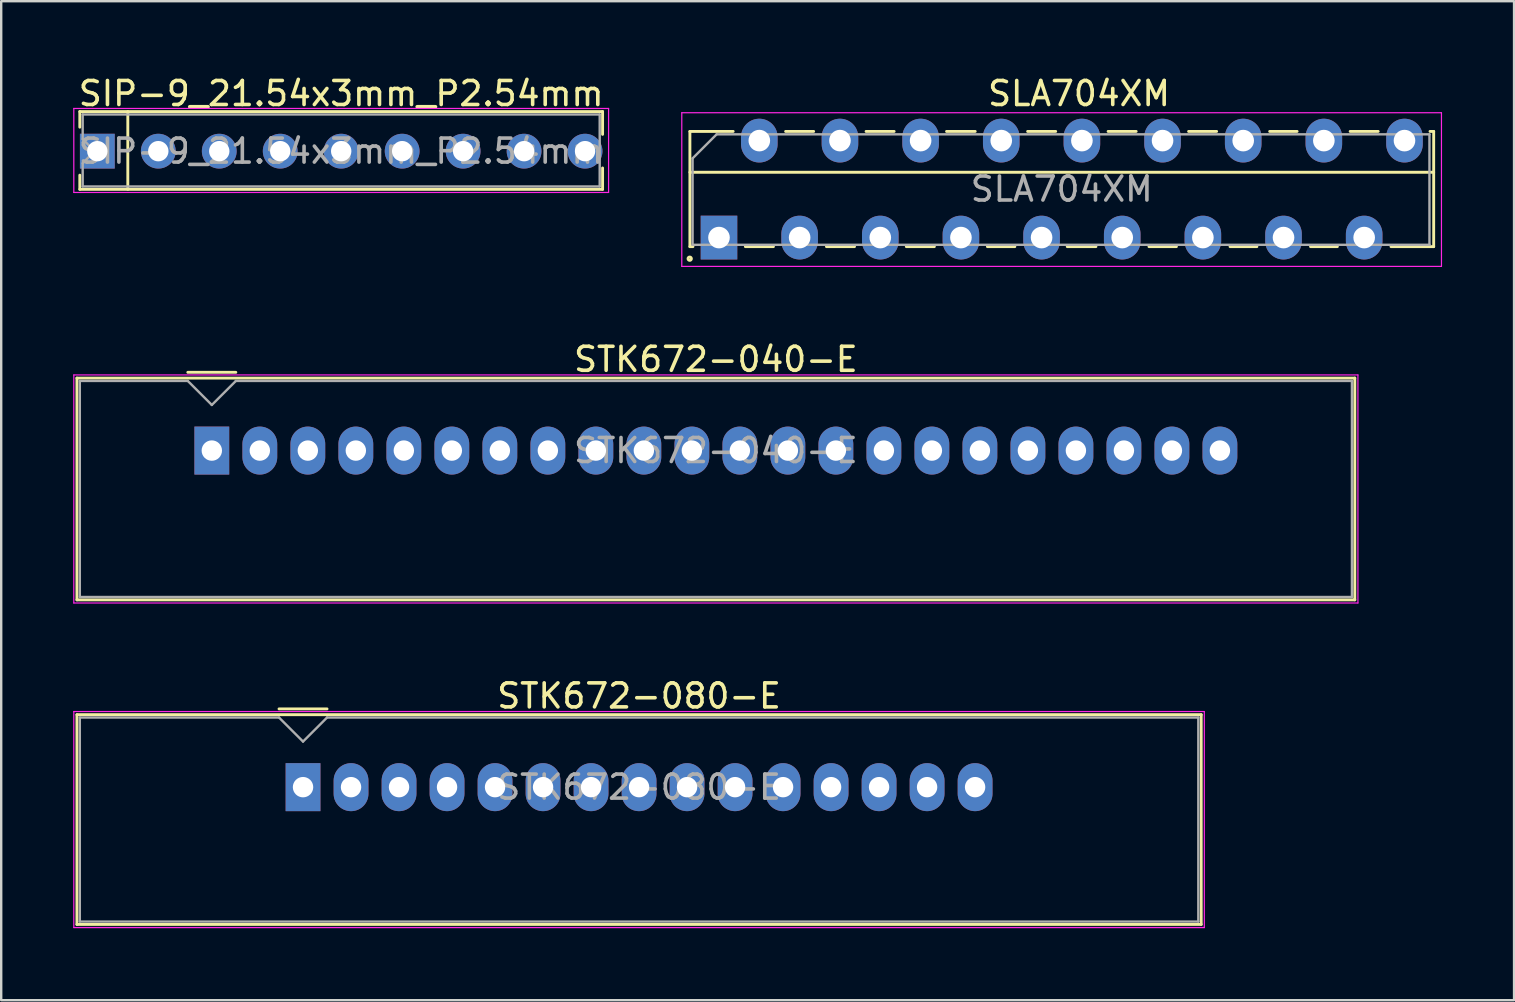
<source format=kicad_pcb>
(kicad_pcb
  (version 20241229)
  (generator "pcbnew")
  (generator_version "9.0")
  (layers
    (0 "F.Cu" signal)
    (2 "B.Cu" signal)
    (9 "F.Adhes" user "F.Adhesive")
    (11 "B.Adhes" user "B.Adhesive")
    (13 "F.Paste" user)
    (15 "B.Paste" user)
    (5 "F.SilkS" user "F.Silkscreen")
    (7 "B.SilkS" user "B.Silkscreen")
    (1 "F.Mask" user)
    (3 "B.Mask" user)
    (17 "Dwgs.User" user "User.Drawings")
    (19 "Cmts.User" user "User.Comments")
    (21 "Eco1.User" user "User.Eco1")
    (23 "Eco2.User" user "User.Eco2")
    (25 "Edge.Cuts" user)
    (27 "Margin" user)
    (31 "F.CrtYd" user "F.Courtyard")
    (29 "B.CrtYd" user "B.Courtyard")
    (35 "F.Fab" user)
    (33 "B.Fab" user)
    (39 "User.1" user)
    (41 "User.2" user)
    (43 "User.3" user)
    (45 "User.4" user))
  (footprint "STK672-080-E"
    (layer "F.Cu")
    (at 9.575 29.745)
    (property "Reference" "STK672-080-E" (at 14 -3.8 0) (layer "F.SilkS") (effects (font (size 1 1) (thickness 0.15))))
    (attr through_hole)
    (fp_line (start -9.42 -3.02) (end 37.42 -3.02) (stroke (width 0.12) (type solid)) (layer "F.SilkS"))
    (fp_line (start -9.42 5.72) (end -9.42 -3.02) (stroke (width 0.12) (type solid)) (layer "F.SilkS"))
    (fp_line (start -1 -3.26) (end 1 -3.26) (stroke (width 0.12) (type solid)) (layer "F.SilkS"))
    (fp_line (start 37.42 -3.02) (end 37.42 5.72) (stroke (width 0.12) (type solid)) (layer "F.SilkS"))
    (fp_line (start 37.42 5.72) (end -9.42 5.72) (stroke (width 0.12) (type solid)) (layer "F.SilkS"))
    (fp_line (start -9.55 -3.15) (end -9.55 5.85) (stroke (width 0.05) (type solid)) (layer "F.CrtYd"))
    (fp_line (start -9.55 -3.15) (end 37.55 -3.15) (stroke (width 0.05) (type solid)) (layer "F.CrtYd"))
    (fp_line (start -9.55 5.85) (end 37.55 5.85) (stroke (width 0.05) (type solid)) (layer "F.CrtYd"))
    (fp_line (start 37.55 -3.15) (end 37.55 5.85) (stroke (width 0.05) (type solid)) (layer "F.CrtYd"))
    (fp_line (start -9.3 -2.9) (end -1 -2.9) (stroke (width 0.1) (type solid)) (layer "F.Fab"))
    (fp_line (start -9.3 5.6) (end -9.3 -2.9) (stroke (width 0.1) (type solid)) (layer "F.Fab"))
    (fp_line (start -1 -2.9) (end 0 -1.9) (stroke (width 0.1) (type solid)) (layer "F.Fab"))
    (fp_line (start 0 -1.9) (end 1 -2.9) (stroke (width 0.1) (type solid)) (layer "F.Fab"))
    (fp_line (start 1 -2.9) (end 37.3 -2.9) (stroke (width 0.1) (type solid)) (layer "F.Fab"))
    (fp_line (start 37.3 -2.9) (end 37.3 5.6) (stroke (width 0.1) (type solid)) (layer "F.Fab"))
    (fp_line (start 37.3 5.6) (end -9.3 5.6) (stroke (width 0.1) (type solid)) (layer "F.Fab"))
    (fp_text user "${REFERENCE}" (at 14 0 0) (layer "F.Fab") (effects (font (size 1 1) (thickness 0.15))))
    (pad "1" thru_hole rect (at 0 0) (size 1.45 2) (drill 0.85) (layers "*.Cu" "*.Mask"))
    (pad "2" thru_hole oval (at 2 0) (size 1.45 2) (drill 0.85) (layers "*.Cu" "*.Mask"))
    (pad "3" thru_hole oval (at 4 0) (size 1.45 2) (drill 0.85) (layers "*.Cu" "*.Mask"))
    (pad "4" thru_hole oval (at 6 0) (size 1.45 2) (drill 0.85) (layers "*.Cu" "*.Mask"))
    (pad "5" thru_hole oval (at 8 0) (size 1.45 2) (drill 0.85) (layers "*.Cu" "*.Mask"))
    (pad "6" thru_hole oval (at 10 0) (size 1.45 2) (drill 0.85) (layers "*.Cu" "*.Mask"))
    (pad "7" thru_hole oval (at 12 0) (size 1.45 2) (drill 0.85) (layers "*.Cu" "*.Mask"))
    (pad "8" thru_hole oval (at 14 0) (size 1.45 2) (drill 0.85) (layers "*.Cu" "*.Mask"))
    (pad "9" thru_hole oval (at 16 0) (size 1.45 2) (drill 0.85) (layers "*.Cu" "*.Mask"))
    (pad "10" thru_hole oval (at 18 0) (size 1.45 2) (drill 0.85) (layers "*.Cu" "*.Mask"))
    (pad "11" thru_hole oval (at 20 0) (size 1.45 2) (drill 0.85) (layers "*.Cu" "*.Mask"))
    (pad "12" thru_hole oval (at 22 0) (size 1.45 2) (drill 0.85) (layers "*.Cu" "*.Mask"))
    (pad "13" thru_hole oval (at 24 0) (size 1.45 2) (drill 0.85) (layers "*.Cu" "*.Mask"))
    (pad "14" thru_hole oval (at 26 0) (size 1.45 2) (drill 0.85) (layers "*.Cu" "*.Mask"))
    (pad "15" thru_hole oval (at 28 0) (size 1.45 2) (drill 0.85) (layers "*.Cu" "*.Mask")))
  (footprint "STK672-040-E"
    (layer "F.Cu")
    (at 5.775 15.722)
    (property "Reference" "STK672-040-E" (at 21 -3.8 0) (layer "F.SilkS") (effects (font (size 1 1) (thickness 0.15))))
    (attr through_hole)
    (fp_line (start -5.62 -3.02) (end 47.62 -3.02) (stroke (width 0.12) (type solid)) (layer "F.SilkS"))
    (fp_line (start -5.62 6.22) (end -5.62 -3.02) (stroke (width 0.12) (type solid)) (layer "F.SilkS"))
    (fp_line (start -1 -3.26) (end 1 -3.26) (stroke (width 0.12) (type solid)) (layer "F.SilkS"))
    (fp_line (start 47.62 -3.02) (end 47.62 6.22) (stroke (width 0.12) (type solid)) (layer "F.SilkS"))
    (fp_line (start 47.62 6.22) (end -5.62 6.22) (stroke (width 0.12) (type solid)) (layer "F.SilkS"))
    (fp_line (start -5.75 -3.15) (end 47.75 -3.15) (stroke (width 0.05) (type solid)) (layer "F.CrtYd"))
    (fp_line (start -5.75 6.35) (end -5.75 -3.15) (stroke (width 0.05) (type solid)) (layer "F.CrtYd"))
    (fp_line (start 47.75 -3.15) (end 47.75 6.35) (stroke (width 0.05) (type solid)) (layer "F.CrtYd"))
    (fp_line (start 47.75 6.35) (end -5.75 6.35) (stroke (width 0.05) (type solid)) (layer "F.CrtYd"))
    (fp_line (start -5.5 -2.9) (end -1 -2.9) (stroke (width 0.1) (type solid)) (layer "F.Fab"))
    (fp_line (start -5.5 6.1) (end -5.5 -2.9) (stroke (width 0.1) (type solid)) (layer "F.Fab"))
    (fp_line (start -1 -2.9) (end 0 -1.9) (stroke (width 0.1) (type solid)) (layer "F.Fab"))
    (fp_line (start 0 -1.9) (end 1 -2.9) (stroke (width 0.1) (type solid)) (layer "F.Fab"))
    (fp_line (start 1 -2.9) (end 47.5 -2.9) (stroke (width 0.1) (type solid)) (layer "F.Fab"))
    (fp_line (start 47.5 -2.9) (end 47.5 6.1) (stroke (width 0.1) (type solid)) (layer "F.Fab"))
    (fp_line (start 47.5 6.1) (end -5.5 6.1) (stroke (width 0.1) (type solid)) (layer "F.Fab"))
    (fp_text user "${REFERENCE}" (at 21 0 0) (layer "F.Fab") (effects (font (size 1 1) (thickness 0.15))))
    (pad "1" thru_hole rect (at 0 0) (size 1.45 2) (drill 0.85) (layers "*.Cu" "*.Mask"))
    (pad "2" thru_hole oval (at 2 0) (size 1.45 2) (drill 0.85) (layers "*.Cu" "*.Mask"))
    (pad "3" thru_hole oval (at 4 0) (size 1.45 2) (drill 0.85) (layers "*.Cu" "*.Mask"))
    (pad "4" thru_hole oval (at 6 0) (size 1.45 2) (drill 0.85) (layers "*.Cu" "*.Mask"))
    (pad "5" thru_hole oval (at 8 0) (size 1.45 2) (drill 0.85) (layers "*.Cu" "*.Mask"))
    (pad "6" thru_hole oval (at 10 0) (size 1.45 2) (drill 0.85) (layers "*.Cu" "*.Mask"))
    (pad "7" thru_hole oval (at 12 0) (size 1.45 2) (drill 0.85) (layers "*.Cu" "*.Mask"))
    (pad "8" thru_hole oval (at 14 0) (size 1.45 2) (drill 0.85) (layers "*.Cu" "*.Mask"))
    (pad "9" thru_hole oval (at 16 0) (size 1.45 2) (drill 0.85) (layers "*.Cu" "*.Mask"))
    (pad "10" thru_hole oval (at 18 0) (size 1.45 2) (drill 0.85) (layers "*.Cu" "*.Mask"))
    (pad "11" thru_hole oval (at 20 0) (size 1.45 2) (drill 0.85) (layers "*.Cu" "*.Mask"))
    (pad "12" thru_hole oval (at 22 0) (size 1.45 2) (drill 0.85) (layers "*.Cu" "*.Mask"))
    (pad "13" thru_hole oval (at 24 0) (size 1.45 2) (drill 0.85) (layers "*.Cu" "*.Mask"))
    (pad "14" thru_hole oval (at 26 0) (size 1.45 2) (drill 0.85) (layers "*.Cu" "*.Mask"))
    (pad "15" thru_hole oval (at 28 0) (size 1.45 2) (drill 0.85) (layers "*.Cu" "*.Mask"))
    (pad "16" thru_hole oval (at 30 0) (size 1.45 2) (drill 0.85) (layers "*.Cu" "*.Mask"))
    (pad "17" thru_hole oval (at 32 0) (size 1.45 2) (drill 0.85) (layers "*.Cu" "*.Mask"))
    (pad "18" thru_hole oval (at 34 0) (size 1.45 2) (drill 0.85) (layers "*.Cu" "*.Mask"))
    (pad "19" thru_hole oval (at 36 0) (size 1.45 2) (drill 0.85) (layers "*.Cu" "*.Mask"))
    (pad "20" thru_hole oval (at 38 0) (size 1.45 2) (drill 0.85) (layers "*.Cu" "*.Mask"))
    (pad "21" thru_hole oval (at 40 0) (size 1.45 2) (drill 0.85) (layers "*.Cu" "*.Mask"))
    (pad "22" thru_hole oval (at 42 0) (size 1.45 2) (drill 0.85) (layers "*.Cu" "*.Mask")))
  (footprint "SLA704XM"
    (layer "F.Cu")
    (at 26.905 6.848)
    (property "Reference" "SLA704XM" (at 15 -6 0) (layer "F.SilkS") (effects (font (size 1 1) (thickness 0.15))))
    (attr through_hole)
    (fp_line (start -1.212 -4.423) (end 0.591 -4.423) (stroke (width 0.12) (type solid)) (layer "F.SilkS"))
    (fp_line (start -1.212 -2.721) (end 29.776 -2.721) (stroke (width 0.12) (type solid)) (layer "F.SilkS"))
    (fp_line (start -1.212 0.377) (end -1.212 -4.423) (stroke (width 0.12) (type solid)) (layer "F.SilkS"))
    (fp_line (start -1.212 0.377) (end -1.085 0.377) (stroke (width 0.12) (type solid)) (layer "F.SilkS"))
    (fp_line (start 1.099 0.377) (end 2.268 0.377) (stroke (width 0.12) (type solid)) (layer "F.SilkS"))
    (fp_line (start 2.776 -4.423) (end 3.944 -4.423) (stroke (width 0.12) (type solid)) (layer "F.SilkS"))
    (fp_line (start 4.477 0.377) (end 5.646 0.377) (stroke (width 0.12) (type solid)) (layer "F.SilkS"))
    (fp_line (start 6.128 -4.423) (end 7.297 -4.423) (stroke (width 0.12) (type solid)) (layer "F.SilkS"))
    (fp_line (start 7.805 0.377) (end 8.973 0.377) (stroke (width 0.12) (type solid)) (layer "F.SilkS"))
    (fp_line (start 9.481 -4.423) (end 10.675 -4.423) (stroke (width 0.12) (type solid)) (layer "F.SilkS"))
    (fp_line (start 11.183 0.377) (end 12.326 0.377) (stroke (width 0.12) (type solid)) (layer "F.SilkS"))
    (fp_line (start 12.859 -4.423) (end 14.028 -4.423) (stroke (width 0.12) (type solid)) (layer "F.SilkS"))
    (fp_line (start 14.51 0.377) (end 15.704 0.377) (stroke (width 0.12) (type solid)) (layer "F.SilkS"))
    (fp_line (start 16.212 -4.423) (end 17.381 -4.423) (stroke (width 0.12) (type solid)) (layer "F.SilkS"))
    (fp_line (start 17.914 0.377) (end 19.057 0.377) (stroke (width 0.12) (type solid)) (layer "F.SilkS"))
    (fp_line (start 19.565 -4.423) (end 20.733 -4.423) (stroke (width 0.12) (type solid)) (layer "F.SilkS"))
    (fp_line (start 21.292 0.377) (end 22.41 0.377) (stroke (width 0.12) (type solid)) (layer "F.SilkS"))
    (fp_line (start 22.943 -4.423) (end 24.086 -4.423) (stroke (width 0.12) (type solid)) (layer "F.SilkS"))
    (fp_line (start 24.645 0.377) (end 25.763 0.377) (stroke (width 0.12) (type solid)) (layer "F.SilkS"))
    (fp_line (start 26.296 -4.423) (end 27.464 -4.423) (stroke (width 0.12) (type solid)) (layer "F.SilkS"))
    (fp_line (start 29.623 -4.423) (end 29.776 -4.423) (stroke (width 0.12) (type solid)) (layer "F.SilkS"))
    (fp_line (start 29.776 -4.423) (end 29.776 0.377) (stroke (width 0.12) (type solid)) (layer "F.SilkS"))
    (fp_line (start 29.776 0.377) (end 27.998 0.377) (stroke (width 0.12) (type solid)) (layer "F.SilkS"))
    (fp_circle (center -1.22 0.88) (end -1.22 0.87) (stroke (width 0.12) (type solid)) (fill no) (layer "F.SilkS"))
    (fp_line (start -1.55 -5.2) (end 30.1 -5.2) (stroke (width 0.05) (type solid)) (layer "F.CrtYd"))
    (fp_line (start -1.55 1.2) (end -1.55 -5.2) (stroke (width 0.05) (type solid)) (layer "F.CrtYd"))
    (fp_line (start 30.1 -5.2) (end 30.1 1.2) (stroke (width 0.05) (type solid)) (layer "F.CrtYd"))
    (fp_line (start 30.1 1.2) (end -1.55 1.2) (stroke (width 0.05) (type solid)) (layer "F.CrtYd"))
    (fp_line (start -1.1 -3.3) (end -0.1 -4.3) (stroke (width 0.1) (type solid)) (layer "F.Fab"))
    (fp_line (start -1.1 0.3) (end -1.1 -3.3) (stroke (width 0.1) (type solid)) (layer "F.Fab"))
    (fp_line (start -0.1 -4.3) (end 29.6 -4.3) (stroke (width 0.1) (type solid)) (layer "F.Fab"))
    (fp_line (start 29.6 -4.3) (end 29.6 0.3) (stroke (width 0.1) (type solid)) (layer "F.Fab"))
    (fp_line (start 29.6 0.3) (end -1.1 0.3) (stroke (width 0.1) (type solid)) (layer "F.Fab"))
    (fp_text user "${REFERENCE}" (at 14.28 -2.02 0) (layer "F.Fab") (effects (font (size 1 1) (thickness 0.15))))
    (pad "1" thru_hole rect (at 0 0) (size 1.524 1.824) (drill 0.9) (layers "*.Cu" "*.Mask"))
    (pad "2" thru_hole oval (at 1.68 -4.04) (size 1.524 1.824) (drill 0.9) (layers "*.Cu" "*.Mask"))
    (pad "3" thru_hole oval (at 3.36 0) (size 1.524 1.824) (drill 0.9) (layers "*.Cu" "*.Mask"))
    (pad "4" thru_hole oval (at 5.04 -4.04) (size 1.524 1.824) (drill 0.9) (layers "*.Cu" "*.Mask"))
    (pad "5" thru_hole oval (at 6.72 0) (size 1.524 1.824) (drill 0.9) (layers "*.Cu" "*.Mask"))
    (pad "6" thru_hole oval (at 8.4 -4.04) (size 1.524 1.824) (drill 0.9) (layers "*.Cu" "*.Mask"))
    (pad "7" thru_hole oval (at 10.08 0) (size 1.524 1.824) (drill 0.9) (layers "*.Cu" "*.Mask"))
    (pad "8" thru_hole oval (at 11.76 -4.04) (size 1.524 1.824) (drill 0.9) (layers "*.Cu" "*.Mask"))
    (pad "9" thru_hole oval (at 13.44 0) (size 1.524 1.824) (drill 0.9) (layers "*.Cu" "*.Mask"))
    (pad "10" thru_hole oval (at 15.12 -4.04) (size 1.524 1.824) (drill 0.9) (layers "*.Cu" "*.Mask"))
    (pad "11" thru_hole oval (at 16.8 0) (size 1.524 1.824) (drill 0.9) (layers "*.Cu" "*.Mask"))
    (pad "12" thru_hole oval (at 18.48 -4.04) (size 1.524 1.824) (drill 0.9) (layers "*.Cu" "*.Mask"))
    (pad "13" thru_hole oval (at 20.16 0) (size 1.524 1.824) (drill 0.9) (layers "*.Cu" "*.Mask"))
    (pad "14" thru_hole oval (at 21.84 -4.04) (size 1.524 1.824) (drill 0.9) (layers "*.Cu" "*.Mask"))
    (pad "15" thru_hole oval (at 23.52 0) (size 1.524 1.824) (drill 0.9) (layers "*.Cu" "*.Mask"))
    (pad "16" thru_hole oval (at 25.2 -4.04) (size 1.524 1.824) (drill 0.9) (layers "*.Cu" "*.Mask"))
    (pad "17" thru_hole oval (at 26.88 0) (size 1.524 1.824) (drill 0.9) (layers "*.Cu" "*.Mask"))
    (pad "18" thru_hole oval (at 28.56 -4.04) (size 1.524 1.824) (drill 0.9) (layers "*.Cu" "*.Mask")))
  (footprint "SIP-9_21.54x3mm_P2.54mm"
    (layer "F.Cu")
    (at 1.005 3.248)
    (property "Reference" "SIP-9_21.54x3mm_P2.54mm" (at 10.16 -2.4 0) (layer "F.SilkS") (effects (font (size 1 1) (thickness 0.15))))
    (attr through_hole)
    (fp_line (start -0.73 -1.65) (end -0.73 -1) (stroke (width 0.12) (type solid)) (layer "F.SilkS"))
    (fp_line (start -0.73 1.59) (end -0.73 1) (stroke (width 0.12) (type solid)) (layer "F.SilkS"))
    (fp_line (start 1.27 1.59) (end 1.27 -1.65) (stroke (width 0.12) (type solid)) (layer "F.SilkS"))
    (fp_line (start 21.05 -1.65) (end -0.73 -1.65) (stroke (width 0.12) (type solid)) (layer "F.SilkS"))
    (fp_line (start 21.05 -1.65) (end 21.05 -0.7) (stroke (width 0.12) (type solid)) (layer "F.SilkS"))
    (fp_line (start 21.05 1.59) (end -0.73 1.59) (stroke (width 0.12) (type solid)) (layer "F.SilkS"))
    (fp_line (start 21.05 1.59) (end 21.05 0.7) (stroke (width 0.12) (type solid)) (layer "F.SilkS"))
    (fp_line (start -0.98 -1.78) (end 21.3 -1.78) (stroke (width 0.05) (type solid)) (layer "F.CrtYd"))
    (fp_line (start -0.98 1.72) (end -0.98 -1.78) (stroke (width 0.05) (type solid)) (layer "F.CrtYd"))
    (fp_line (start 21.3 -1.78) (end 21.3 1.72) (stroke (width 0.05) (type solid)) (layer "F.CrtYd"))
    (fp_line (start 21.3 1.72) (end -0.98 1.72) (stroke (width 0.05) (type solid)) (layer "F.CrtYd"))
    (fp_line (start -0.61 -1.53) (end -0.61 -0.5) (stroke (width 0.1) (type solid)) (layer "F.Fab"))
    (fp_line (start -0.61 -0.5) (end -0.11 0) (stroke (width 0.1) (type solid)) (layer "F.Fab"))
    (fp_line (start -0.61 0.5) (end -0.61 1.47) (stroke (width 0.1) (type solid)) (layer "F.Fab"))
    (fp_line (start -0.11 0) (end -0.61 0.5) (stroke (width 0.1) (type solid)) (layer "F.Fab"))
    (fp_line (start 20.93 -1.53) (end -0.61 -1.53) (stroke (width 0.1) (type solid)) (layer "F.Fab"))
    (fp_line (start 20.93 -1.53) (end 20.93 1.47) (stroke (width 0.1) (type solid)) (layer "F.Fab"))
    (fp_line (start 20.93 1.47) (end -0.61 1.47) (stroke (width 0.1) (type solid)) (layer "F.Fab"))
    (fp_text user "${REFERENCE}" (at 10.16 0 0) (layer "F.Fab") (effects (font (size 1 1) (thickness 0.15))))
    (pad "1" thru_hole rect (at 0 0 90) (size 1.45 1.45) (drill 0.85) (layers "*.Cu" "*.Mask"))
    (pad "2" thru_hole circle (at 2.54 0 90) (size 1.45 1.45) (drill 0.85) (layers "*.Cu" "*.Mask"))
    (pad "3" thru_hole circle (at 5.08 0 90) (size 1.45 1.45) (drill 0.85) (layers "*.Cu" "*.Mask"))
    (pad "4" thru_hole circle (at 7.62 0 90) (size 1.45 1.45) (drill 0.85) (layers "*.Cu" "*.Mask"))
    (pad "5" thru_hole circle (at 10.16 0 90) (size 1.45 1.45) (drill 0.85) (layers "*.Cu" "*.Mask"))
    (pad "6" thru_hole circle (at 12.7 0 90) (size 1.45 1.45) (drill 0.85) (layers "*.Cu" "*.Mask"))
    (pad "7" thru_hole circle (at 15.24 0 90) (size 1.45 1.45) (drill 0.85) (layers "*.Cu" "*.Mask"))
    (pad "8" thru_hole circle (at 17.78 0 90) (size 1.45 1.45) (drill 0.85) (layers "*.Cu" "*.Mask"))
    (pad "9" thru_hole circle (at 20.32 0 90) (size 1.45 1.45) (drill 0.85) (layers "*.Cu" "*.Mask")))
  (gr_rect
    (start -3 -3)
    (end 60.03 38.62)
    (stroke (width 0.1) (type default))
    (fill no)
    (layer "Edge.Cuts")))
</source>
